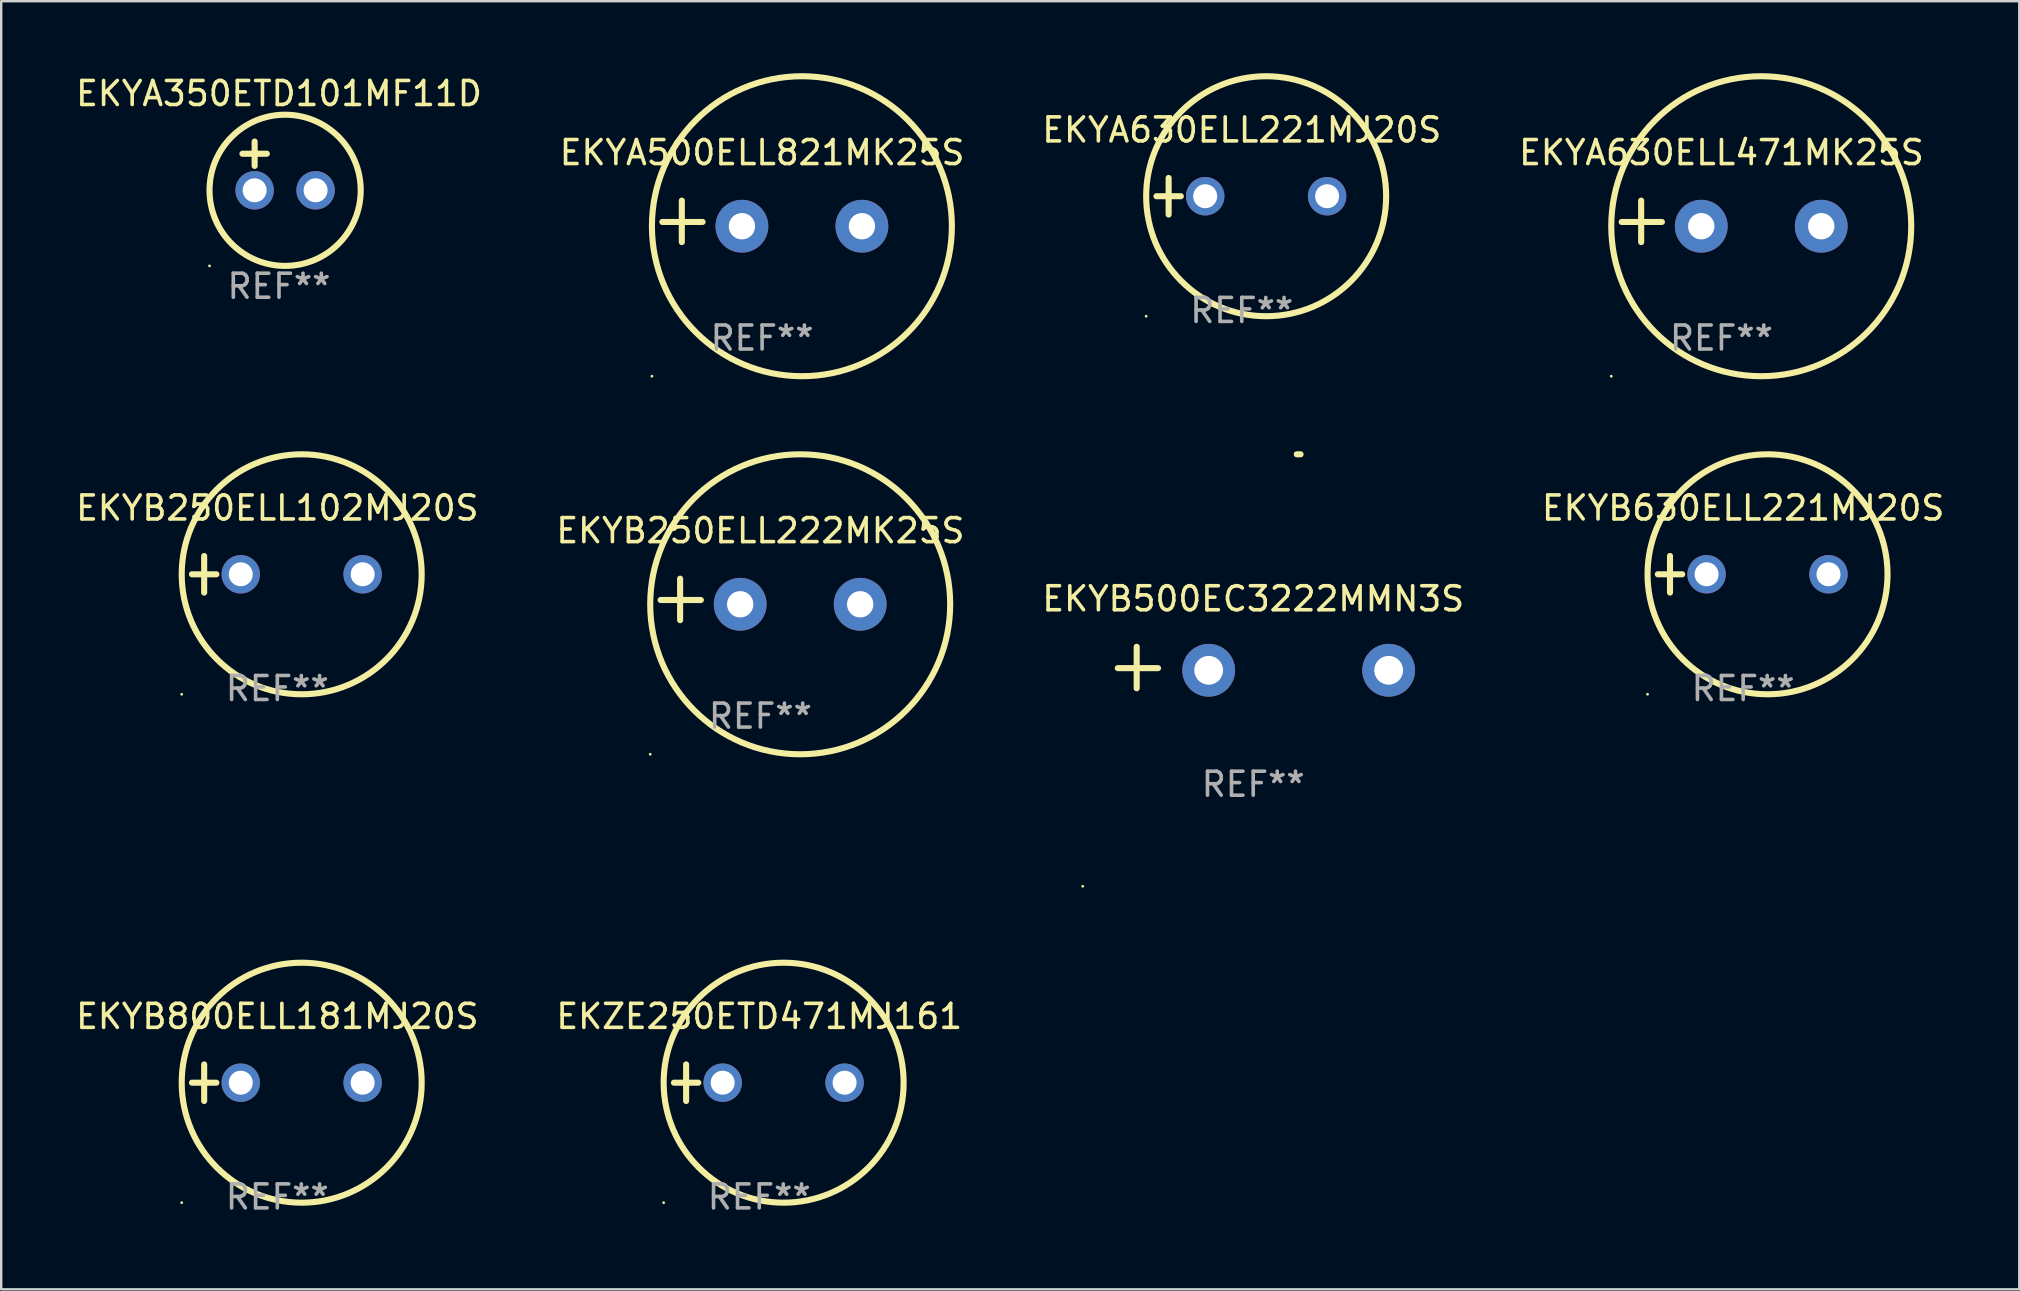
<source format=kicad_pcb>
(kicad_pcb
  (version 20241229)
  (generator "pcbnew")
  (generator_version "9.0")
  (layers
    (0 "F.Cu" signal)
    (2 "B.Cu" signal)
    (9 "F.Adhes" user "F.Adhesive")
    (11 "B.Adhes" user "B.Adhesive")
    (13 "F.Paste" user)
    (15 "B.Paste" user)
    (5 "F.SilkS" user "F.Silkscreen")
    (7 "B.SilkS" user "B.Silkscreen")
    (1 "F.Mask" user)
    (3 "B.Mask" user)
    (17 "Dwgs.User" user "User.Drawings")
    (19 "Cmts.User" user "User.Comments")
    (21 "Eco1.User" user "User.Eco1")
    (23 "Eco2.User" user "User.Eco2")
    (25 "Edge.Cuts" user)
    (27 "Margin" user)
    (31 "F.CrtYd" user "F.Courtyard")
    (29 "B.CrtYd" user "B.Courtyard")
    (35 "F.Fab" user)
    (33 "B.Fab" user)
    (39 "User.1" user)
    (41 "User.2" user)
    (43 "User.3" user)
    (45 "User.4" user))
  (footprint "EKYA630ELL471MK25S"
    (layer "F.Cu")
    (at 68.685 6.174)
    (property "Reference" "EKYA630ELL471MK25S" (at 0 -2.864 0) (layer "F.SilkS") (effects (font (size 1 1) (thickness 0.15))))
    (attr through_hole)
    (fp_line (start -3.346 0.864) (end -3.346 -0.864) (stroke (width 0.254) (type solid)) (layer "F.SilkS"))
    (fp_line (start -2.482 0.025) (end -4.158 0.025) (stroke (width 0.254) (type solid)) (layer "F.SilkS"))
    (fp_circle (center -4.592 6.453) (end -4.562 6.453) (stroke (width 0.06) (type solid)) (fill no) (layer "F.SilkS"))
    (fp_circle (center 1.658 0.203) (end 7.908 0.203) (stroke (width 0.254) (type solid)) (fill no) (layer "F.SilkS"))
    (fp_text user "REF**" (at 0 4.864 0) (layer "F.Fab") (effects (font (size 1 1) (thickness 0.15))))
    (pad "1" thru_hole circle (at -0.842 0.203) (size 2.2 2.2) (drill 1.1) (layers "*.Cu" "*.Mask"))
    (pad "2" thru_hole circle (at 4.158 0.203) (size 2.2 2.2) (drill 1.1) (layers "*.Cu" "*.Mask")))
  (footprint "EKYB630ELL221MJ20S"
    (layer "F.Cu")
    (at 69.589 20.881)
    (property "Reference" "EKYB630ELL221MJ20S" (at 0 -2.762 0) (layer "F.SilkS") (effects (font (size 1 1) (thickness 0.15))))
    (attr through_hole)
    (fp_line (start -3.556 0) (end -2.54 0) (stroke (width 0.254) (type solid)) (layer "F.SilkS"))
    (fp_line (start -3.048 -0.762) (end -3.048 0.762) (stroke (width 0.254) (type solid)) (layer "F.SilkS"))
    (fp_circle (center -3.984 5) (end -3.954 5) (stroke (width 0.06) (type solid)) (fill no) (layer "F.SilkS"))
    (fp_circle (center 1.016 0) (end 6.016 0) (stroke (width 0.254) (type solid)) (fill no) (layer "F.SilkS"))
    (fp_text user "REF**" (at 0 4.762 0) (layer "F.Fab") (effects (font (size 1 1) (thickness 0.15))))
    (pad "1" thru_hole circle (at -1.524 0) (size 1.6 1.6) (drill 1) (layers "*.Cu" "*.Mask"))
    (pad "2" thru_hole circle (at 3.556 0) (size 1.6 1.6) (drill 1) (layers "*.Cu" "*.Mask")))
  (footprint "EKYB250ELL102MJ20S"
    (layer "F.Cu")
    (at 8.506 20.881)
    (property "Reference" "EKYB250ELL102MJ20S" (at 0 -2.762 0) (layer "F.SilkS") (effects (font (size 1 1) (thickness 0.15))))
    (attr through_hole)
    (fp_line (start -3.556 0) (end -2.54 0) (stroke (width 0.254) (type solid)) (layer "F.SilkS"))
    (fp_line (start -3.048 -0.762) (end -3.048 0.762) (stroke (width 0.254) (type solid)) (layer "F.SilkS"))
    (fp_circle (center -3.984 5) (end -3.954 5) (stroke (width 0.06) (type solid)) (fill no) (layer "F.SilkS"))
    (fp_circle (center 1.016 0) (end 6.016 0) (stroke (width 0.254) (type solid)) (fill no) (layer "F.SilkS"))
    (fp_text user "REF**" (at 0 4.762 0) (layer "F.Fab") (effects (font (size 1 1) (thickness 0.15))))
    (pad "1" thru_hole circle (at -1.524 0) (size 1.6 1.6) (drill 1) (layers "*.Cu" "*.Mask"))
    (pad "2" thru_hole circle (at 3.556 0) (size 1.6 1.6) (drill 1) (layers "*.Cu" "*.Mask")))
  (footprint "EKYB250ELL222MK25S"
    (layer "F.Cu")
    (at 28.637 21.928)
    (property "Reference" "EKYB250ELL222MK25S" (at 0 -2.864 0) (layer "F.SilkS") (effects (font (size 1 1) (thickness 0.15))))
    (attr through_hole)
    (fp_line (start -3.346 0.864) (end -3.346 -0.864) (stroke (width 0.254) (type solid)) (layer "F.SilkS"))
    (fp_line (start -2.482 0.025) (end -4.158 0.025) (stroke (width 0.254) (type solid)) (layer "F.SilkS"))
    (fp_circle (center -4.592 6.453) (end -4.562 6.453) (stroke (width 0.06) (type solid)) (fill no) (layer "F.SilkS"))
    (fp_circle (center 1.658 0.203) (end 7.908 0.203) (stroke (width 0.254) (type solid)) (fill no) (layer "F.SilkS"))
    (fp_text user "REF**" (at 0 4.864 0) (layer "F.Fab") (effects (font (size 1 1) (thickness 0.15))))
    (pad "1" thru_hole circle (at -0.842 0.203) (size 2.2 2.2) (drill 1.1) (layers "*.Cu" "*.Mask"))
    (pad "2" thru_hole circle (at 4.158 0.203) (size 2.2 2.2) (drill 1.1) (layers "*.Cu" "*.Mask")))
  (footprint "EKZE250ETD471MJ161"
    (layer "F.Cu")
    (at 28.589 42.067)
    (property "Reference" "EKZE250ETD471MJ161" (at 0 -2.762 0) (layer "F.SilkS") (effects (font (size 1 1) (thickness 0.15))))
    (attr through_hole)
    (fp_line (start -3.556 0) (end -2.54 0) (stroke (width 0.254) (type solid)) (layer "F.SilkS"))
    (fp_line (start -3.048 -0.762) (end -3.048 0.762) (stroke (width 0.254) (type solid)) (layer "F.SilkS"))
    (fp_circle (center -3.984 5) (end -3.954 5) (stroke (width 0.06) (type solid)) (fill no) (layer "F.SilkS"))
    (fp_circle (center 1.016 0) (end 6.016 0) (stroke (width 0.254) (type solid)) (fill no) (layer "F.SilkS"))
    (fp_text user "REF**" (at 0 4.762 0) (layer "F.Fab") (effects (font (size 1 1) (thickness 0.15))))
    (pad "1" thru_hole circle (at -1.524 0) (size 1.6 1.6) (drill 1) (layers "*.Cu" "*.Mask"))
    (pad "2" thru_hole circle (at 3.556 0) (size 1.6 1.6) (drill 1) (layers "*.Cu" "*.Mask")))
  (footprint "EKYA350ETD101MF11D"
    (layer "F.Cu")
    (at 8.577 3.864)
    (property "Reference" "EKYA350ETD101MF11D" (at 0 -3.016 0) (layer "F.SilkS") (effects (font (size 1 1) (thickness 0.15))))
    (attr through_hole)
    (fp_line (start -1.524 -0.508) (end -0.508 -0.508) (stroke (width 0.254) (type solid)) (layer "F.SilkS"))
    (fp_line (start -1.016 -1.016) (end -1.016 0) (stroke (width 0.254) (type solid)) (layer "F.SilkS"))
    (fp_circle (center -2.896 4.166) (end -2.866 4.166) (stroke (width 0.06) (type solid)) (fill no) (layer "F.SilkS"))
    (fp_circle (center 0.254 1.016) (end 3.404 1.016) (stroke (width 0.254) (type solid)) (fill no) (layer "F.SilkS"))
    (fp_text user "REF**" (at 0 5.016 0) (layer "F.Fab") (effects (font (size 1 1) (thickness 0.15))))
    (pad "1" thru_hole circle (at -1.016 1.016) (size 1.6 1.6) (drill 1) (layers "*.Cu" "*.Mask"))
    (pad "2" thru_hole circle (at 1.524 1.016) (size 1.6 1.6) (drill 1) (layers "*.Cu" "*.Mask")))
  (footprint "EKYA630ELL221MJ20S"
    (layer "F.Cu")
    (at 48.696 5.127)
    (property "Reference" "EKYA630ELL221MJ20S" (at 0 -2.762 0) (layer "F.SilkS") (effects (font (size 1 1) (thickness 0.15))))
    (attr through_hole)
    (fp_line (start -3.556 0) (end -2.54 0) (stroke (width 0.254) (type solid)) (layer "F.SilkS"))
    (fp_line (start -3.048 -0.762) (end -3.048 0.762) (stroke (width 0.254) (type solid)) (layer "F.SilkS"))
    (fp_circle (center -3.984 5) (end -3.954 5) (stroke (width 0.06) (type solid)) (fill no) (layer "F.SilkS"))
    (fp_circle (center 1.016 0) (end 6.016 0) (stroke (width 0.254) (type solid)) (fill no) (layer "F.SilkS"))
    (fp_text user "REF**" (at 0 4.762 0) (layer "F.Fab") (effects (font (size 1 1) (thickness 0.15))))
    (pad "1" thru_hole circle (at -1.524 0) (size 1.6 1.6) (drill 1) (layers "*.Cu" "*.Mask"))
    (pad "2" thru_hole circle (at 3.556 0) (size 1.6 1.6) (drill 1) (layers "*.Cu" "*.Mask")))
  (footprint "EKYB800ELL181MJ20S"
    (layer "F.Cu")
    (at 8.506 42.067)
    (property "Reference" "EKYB800ELL181MJ20S" (at 0 -2.762 0) (layer "F.SilkS") (effects (font (size 1 1) (thickness 0.15))))
    (attr through_hole)
    (fp_line (start -3.556 0) (end -2.54 0) (stroke (width 0.254) (type solid)) (layer "F.SilkS"))
    (fp_line (start -3.048 -0.762) (end -3.048 0.762) (stroke (width 0.254) (type solid)) (layer "F.SilkS"))
    (fp_circle (center -3.984 5) (end -3.954 5) (stroke (width 0.06) (type solid)) (fill no) (layer "F.SilkS"))
    (fp_circle (center 1.016 0) (end 6.016 0) (stroke (width 0.254) (type solid)) (fill no) (layer "F.SilkS"))
    (fp_text user "REF**" (at 0 4.762 0) (layer "F.Fab") (effects (font (size 1 1) (thickness 0.15))))
    (pad "1" thru_hole circle (at -1.524 0) (size 1.6 1.6) (drill 1) (layers "*.Cu" "*.Mask"))
    (pad "2" thru_hole circle (at 3.556 0) (size 1.6 1.6) (drill 1) (layers "*.Cu" "*.Mask")))
  (footprint "EKYB500EC3222MMN3S"
    (layer "F.Cu")
    (at 49.173 24.767)
    (property "Reference" "EKYB500EC3222MMN3S" (at 0 -2.864 0) (layer "F.SilkS") (effects (font (size 1 1) (thickness 0.15))))
    (attr through_hole)
    (fp_line (start -4.856 0.864) (end -4.856 -0.864) (stroke (width 0.254) (type solid)) (layer "F.SilkS"))
    (fp_line (start -3.967 0.025) (end -5.644 0.025) (stroke (width 0.254) (type solid)) (layer "F.SilkS"))
    (fp_arc (start 1.815024 -8.885649) (mid 1.893764 -8.88599) (end 1.972504 -8.885649) (stroke (width 0.254001) (type solid)) (layer "F.SilkS"))
    (fp_circle (center -7.106 9.114) (end -7.076 9.114) (stroke (width 0.06) (type solid)) (fill no) (layer "F.SilkS"))
    (fp_text user "REF**" (at 0 4.864 0) (layer "F.Fab") (effects (font (size 1 1) (thickness 0.15))))
    (pad "1" thru_hole circle (at -1.856 0.114) (size 2.2 2.2) (drill 1.2) (layers "*.Cu" "*.Mask"))
    (pad "2" thru_hole circle (at 5.644 0.114) (size 2.2 2.2) (drill 1.2) (layers "*.Cu" "*.Mask")))
  (footprint "EKYA500ELL821MK25S"
    (layer "F.Cu")
    (at 28.708 6.174)
    (property "Reference" "EKYA500ELL821MK25S" (at 0 -2.864 0) (layer "F.SilkS") (effects (font (size 1 1) (thickness 0.15))))
    (attr through_hole)
    (fp_line (start -3.346 0.864) (end -3.346 -0.864) (stroke (width 0.254) (type solid)) (layer "F.SilkS"))
    (fp_line (start -2.482 0.025) (end -4.158 0.025) (stroke (width 0.254) (type solid)) (layer "F.SilkS"))
    (fp_circle (center -4.592 6.453) (end -4.562 6.453) (stroke (width 0.06) (type solid)) (fill no) (layer "F.SilkS"))
    (fp_circle (center 1.658 0.203) (end 7.908 0.203) (stroke (width 0.254) (type solid)) (fill no) (layer "F.SilkS"))
    (fp_text user "REF**" (at 0 4.864 0) (layer "F.Fab") (effects (font (size 1 1) (thickness 0.15))))
    (pad "1" thru_hole circle (at -0.842 0.203) (size 2.2 2.2) (drill 1.1) (layers "*.Cu" "*.Mask"))
    (pad "2" thru_hole circle (at 4.158 0.203) (size 2.2 2.2) (drill 1.1) (layers "*.Cu" "*.Mask")))
  (gr_rect
    (start -3 -3)
    (end 81.095 50.678)
    (stroke (width 0.1) (type default))
    (fill no)
    (layer "Edge.Cuts")))
</source>
